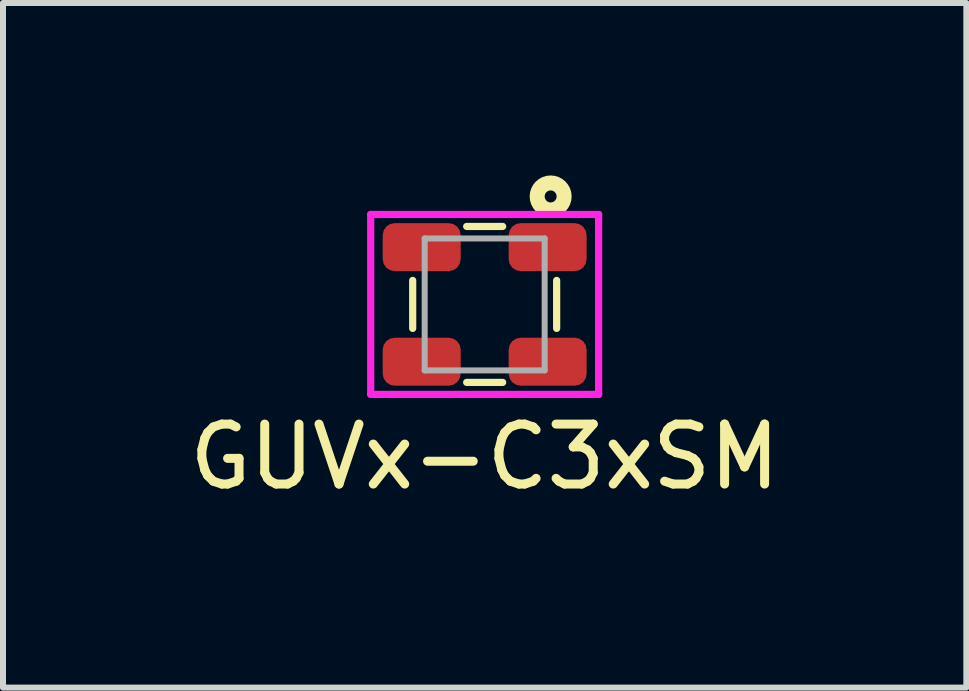
<source format=kicad_pcb>
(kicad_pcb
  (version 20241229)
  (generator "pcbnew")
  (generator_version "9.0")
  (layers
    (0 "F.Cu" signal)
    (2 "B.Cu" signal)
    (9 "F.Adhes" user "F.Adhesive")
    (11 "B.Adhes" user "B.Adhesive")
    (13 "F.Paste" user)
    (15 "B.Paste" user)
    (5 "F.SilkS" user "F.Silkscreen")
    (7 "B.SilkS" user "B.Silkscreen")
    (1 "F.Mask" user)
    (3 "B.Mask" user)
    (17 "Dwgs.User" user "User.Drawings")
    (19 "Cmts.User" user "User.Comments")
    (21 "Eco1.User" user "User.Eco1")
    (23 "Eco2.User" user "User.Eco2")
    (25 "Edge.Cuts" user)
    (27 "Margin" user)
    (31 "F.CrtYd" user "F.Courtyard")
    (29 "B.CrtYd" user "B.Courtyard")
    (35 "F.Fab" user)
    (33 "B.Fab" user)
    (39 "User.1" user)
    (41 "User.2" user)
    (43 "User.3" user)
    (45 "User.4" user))
  (footprint "GUVx-C3xSM"
    (layer "F.Cu")
    (at 5.03 2.025)
    (property "Reference" "GUVx-C3xSM" (at 0 2.54 0) (layer "F.SilkS") (effects (font (size 1 1) (thickness 0.15))))
    (attr through_hole)
    (fp_line (start -1.2 -0.4) (end -1.2 0.4) (stroke (width 0.12) (type solid)) (layer "F.SilkS"))
    (fp_line (start -0.3 1.3) (end 0.3 1.3) (stroke (width 0.12) (type solid)) (layer "F.SilkS"))
    (fp_line (start 0.3 -1.3) (end -0.3 -1.3) (stroke (width 0.12) (type solid)) (layer "F.SilkS"))
    (fp_line (start 1.2 0.4) (end 1.2 -0.4) (stroke (width 0.12) (type solid)) (layer "F.SilkS"))
    (fp_circle (center 1.1 -1.8) (end 1.2 -1.8) (stroke (width 0.25) (type solid)) (fill no) (layer "F.SilkS"))
    (fp_line (start -1.9 -1.5) (end 1.9 -1.5) (stroke (width 0.12) (type solid)) (layer "F.CrtYd"))
    (fp_line (start -1.9 1.5) (end -1.9 -1.5) (stroke (width 0.12) (type solid)) (layer "F.CrtYd"))
    (fp_line (start 1.9 -1.5) (end 1.9 1.5) (stroke (width 0.12) (type solid)) (layer "F.CrtYd"))
    (fp_line (start 1.9 1.5) (end -1.9 1.5) (stroke (width 0.12) (type solid)) (layer "F.CrtYd"))
    (fp_line (start -1 -1.1) (end -1 1.1) (stroke (width 0.1) (type solid)) (layer "F.Fab"))
    (fp_line (start -1 1.1) (end 1 1.1) (stroke (width 0.1) (type solid)) (layer "F.Fab"))
    (fp_line (start 1 -1.1) (end -1 -1.1) (stroke (width 0.1) (type solid)) (layer "F.Fab"))
    (fp_line (start 1 1.1) (end 1 -1.1) (stroke (width 0.1) (type solid)) (layer "F.Fab"))
    (pad "1" smd roundrect (at 0.8 -0.955) (size 1.3 0.8) (drill (offset 0.25 0)) (layers "F.Cu" "F.Mask" "F.Paste") (roundrect_rratio 0.25))
    (pad "2" smd roundrect (at -0.8 -0.955) (size 1.3 0.8) (drill (offset -0.25 0)) (layers "F.Cu" "F.Mask" "F.Paste") (roundrect_rratio 0.25))
    (pad "3" smd roundrect (at -0.8 0.955) (size 1.3 0.8) (drill (offset -0.25 0)) (layers "F.Cu" "F.Mask" "F.Paste") (roundrect_rratio 0.25))
    (pad "4" smd roundrect (at 0.8 0.955) (size 1.3 0.8) (drill (offset 0.25 0)) (layers "F.Cu" "F.Mask" "F.Paste") (roundrect_rratio 0.25)))
  (gr_rect
    (start -3 -3)
    (end 13.06 8.413)
    (stroke (width 0.1) (type default))
    (fill no)
    (layer "Edge.Cuts")))
</source>
